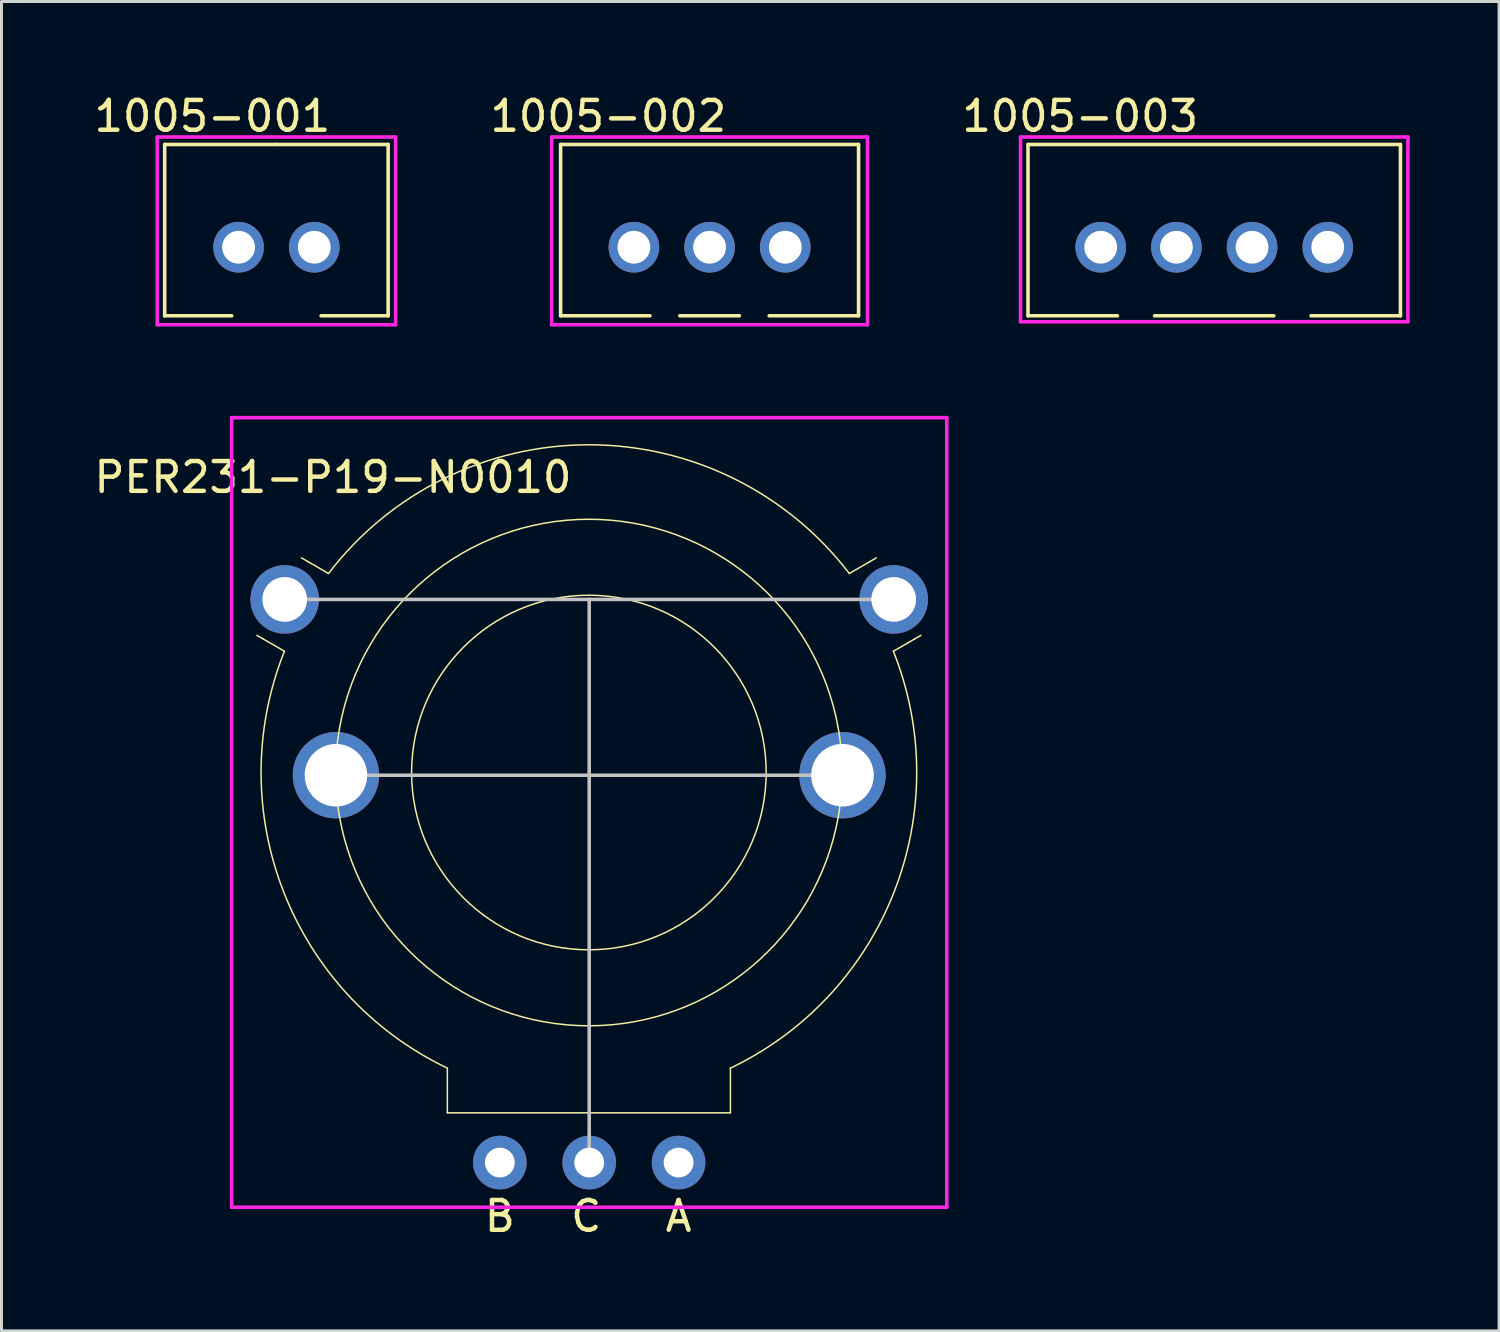
<source format=kicad_pcb>
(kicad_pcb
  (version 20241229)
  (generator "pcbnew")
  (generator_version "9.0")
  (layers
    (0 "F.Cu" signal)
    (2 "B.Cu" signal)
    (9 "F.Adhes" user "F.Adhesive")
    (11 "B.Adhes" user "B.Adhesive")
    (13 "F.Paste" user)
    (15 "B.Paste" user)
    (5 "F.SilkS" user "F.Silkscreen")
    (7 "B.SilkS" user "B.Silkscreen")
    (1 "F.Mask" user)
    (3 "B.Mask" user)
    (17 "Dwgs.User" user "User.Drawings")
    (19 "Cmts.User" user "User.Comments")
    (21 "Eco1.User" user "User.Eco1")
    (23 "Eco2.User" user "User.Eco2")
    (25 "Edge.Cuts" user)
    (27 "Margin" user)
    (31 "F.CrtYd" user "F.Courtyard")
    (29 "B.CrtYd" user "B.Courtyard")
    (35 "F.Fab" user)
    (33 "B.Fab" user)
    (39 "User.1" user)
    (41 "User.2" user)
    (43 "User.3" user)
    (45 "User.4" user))
  (footprint "1005-003"
    (layer "F.Cu")
    (at 37.702 5.248)
    (property "Reference" "1005-003" (at -4.5 -4.4 0) (layer "F.SilkS") (effects (font (size 1 1) (thickness 0.15))))
    (attr through_hole)
    (fp_line (start -6.25 -3.45) (end 6.25 -3.45) (stroke (width 0.12) (type solid)) (layer "F.SilkS"))
    (fp_line (start -6.25 2.3) (end -6.25 -3.45) (stroke (width 0.12) (type solid)) (layer "F.SilkS"))
    (fp_line (start -6.25 2.3) (end -3.25 2.3) (stroke (width 0.12) (type solid)) (layer "F.SilkS"))
    (fp_line (start -2 2.3) (end 2 2.3) (stroke (width 0.12) (type solid)) (layer "F.SilkS"))
    (fp_line (start 6.25 -3.45) (end 6.25 2.3) (stroke (width 0.12) (type solid)) (layer "F.SilkS"))
    (fp_line (start 6.25 2.3) (end 3.25 2.3) (stroke (width 0.12) (type solid)) (layer "F.SilkS"))
    (fp_line (start -6.5 -3.7) (end -6.5 2.5) (stroke (width 0.12) (type solid)) (layer "F.CrtYd"))
    (fp_line (start -6.5 2.5) (end 6.5 2.5) (stroke (width 0.12) (type solid)) (layer "F.CrtYd"))
    (fp_line (start 6.5 -3.7) (end -6.5 -3.7) (stroke (width 0.12) (type solid)) (layer "F.CrtYd"))
    (fp_line (start 6.5 2.5) (end 6.5 -3.7) (stroke (width 0.12) (type solid)) (layer "F.CrtYd"))
    (pad "1" thru_hole circle (at -3.81 0) (size 1.7 1.7) (drill 1.1) (layers "*.Cu" "*.Mask"))
    (pad "2" thru_hole circle (at -1.27 0 90) (size 1.7 1.7) (drill 1.1) (layers "*.Cu" "*.Mask"))
    (pad "3" thru_hole circle (at 1.27 0) (size 1.7 1.7) (drill 1.1) (layers "*.Cu" "*.Mask"))
    (pad "4" thru_hole circle (at 3.81 0) (size 1.7 1.7) (drill 1.1) (layers "*.Cu" "*.Mask")))
  (footprint "1005-002"
    (layer "F.Cu")
    (at 20.765 5.248)
    (property "Reference" "1005-002" (at -3.4 -4.4 0) (layer "F.SilkS") (effects (font (size 1 1) (thickness 0.15))))
    (attr through_hole)
    (fp_line (start -5 -3.45) (end -5 2.3) (stroke (width 0.12) (type solid)) (layer "F.SilkS"))
    (fp_line (start -5 2.3) (end -2 2.3) (stroke (width 0.12) (type solid)) (layer "F.SilkS"))
    (fp_line (start 1 2.3) (end -1 2.3) (stroke (width 0.12) (type solid)) (layer "F.SilkS"))
    (fp_line (start 5 -3.45) (end -5 -3.45) (stroke (width 0.12) (type solid)) (layer "F.SilkS"))
    (fp_line (start 5 2.3) (end 2 2.3) (stroke (width 0.12) (type solid)) (layer "F.SilkS"))
    (fp_line (start 5 2.3) (end 5 -3.45) (stroke (width 0.12) (type solid)) (layer "F.SilkS"))
    (fp_line (start -5.3 -3.7) (end -5.3 2.6) (stroke (width 0.12) (type solid)) (layer "F.CrtYd"))
    (fp_line (start -5.3 2.6) (end 5.3 2.6) (stroke (width 0.12) (type solid)) (layer "F.CrtYd"))
    (fp_line (start 5.3 -3.7) (end -5.3 -3.7) (stroke (width 0.12) (type solid)) (layer "F.CrtYd"))
    (fp_line (start 5.3 2.6) (end 5.3 -3.7) (stroke (width 0.12) (type solid)) (layer "F.CrtYd"))
    (pad "1" thru_hole circle (at -2.54 0 90) (size 1.7 1.7) (drill 1.1) (layers "*.Cu" "*.Mask"))
    (pad "2" thru_hole circle (at 0 0) (size 1.7 1.7) (drill 1.1) (layers "*.Cu" "*.Mask"))
    (pad "3" thru_hole circle (at 2.54 0) (size 1.7 1.7) (drill 1.1) (layers "*.Cu" "*.Mask")))
  (footprint "1005-001"
    (layer "F.Cu")
    (at 6.227 5.248)
    (property "Reference" "1005-001" (at -2.15 -4.4 0) (layer "F.SilkS") (effects (font (size 1 1) (thickness 0.15))))
    (attr through_hole)
    (fp_line (start -3.75 -3.45) (end 0 -3.45) (stroke (width 0.12) (type solid)) (layer "F.SilkS"))
    (fp_line (start -3.75 2.3) (end -3.75 -3.45) (stroke (width 0.12) (type solid)) (layer "F.SilkS"))
    (fp_line (start -1.5 2.3) (end -3.75 2.3) (stroke (width 0.12) (type solid)) (layer "F.SilkS"))
    (fp_line (start 0 -3.45) (end 3.75 -3.45) (stroke (width 0.12) (type solid)) (layer "F.SilkS"))
    (fp_line (start 1.5 2.3) (end 3.75 2.3) (stroke (width 0.12) (type solid)) (layer "F.SilkS"))
    (fp_line (start 3.75 -3.45) (end 3.75 2.3) (stroke (width 0.12) (type solid)) (layer "F.SilkS"))
    (fp_line (start -4 -3.7) (end -4 2.6) (stroke (width 0.12) (type solid)) (layer "F.CrtYd"))
    (fp_line (start -4 2.6) (end 4 2.6) (stroke (width 0.12) (type solid)) (layer "F.CrtYd"))
    (fp_line (start 4 -3.7) (end -4 -3.7) (stroke (width 0.12) (type solid)) (layer "F.CrtYd"))
    (fp_line (start 4 2.6) (end 4 -3.7) (stroke (width 0.12) (type solid)) (layer "F.CrtYd"))
    (pad "1" thru_hole circle (at -1.27 0) (size 1.7 1.7) (drill 1.1) (layers "*.Cu" "*.Mask"))
    (pad "2" thru_hole circle (at 1.27 0) (size 1.7 1.7) (drill 1.1) (layers "*.Cu" "*.Mask")))
  (footprint "PER231-P19-N0010"
    (layer "F.Cu")
    (at 16.725 35.968)
    (property "Reference" "PER231-P19-N0010" (at -8.6 -23 0) (layer "F.SilkS") (effects (font (size 1 1) (thickness 0.15))))
    (attr through_hole)
    (fp_line (start -10.937 -17.57) (end -11.154 -17.695) (stroke (width 0.05) (type solid)) (layer "F.SilkS"))
    (fp_line (start -10.23 -17.161) (end -10.937 -17.57) (stroke (width 0.05) (type solid)) (layer "F.SilkS"))
    (fp_line (start -9.654 -20.293) (end -9.437 -20.168) (stroke (width 0.05) (type solid)) (layer "F.SilkS"))
    (fp_line (start -9.437 -20.168) (end -8.75 -19.771) (stroke (width 0.05) (type solid)) (layer "F.SilkS"))
    (fp_line (start -4.761 -1.669) (end -4.761 -3.169) (stroke (width 0.05) (type solid)) (layer "F.SilkS"))
    (fp_line (start 4.739 -3.169) (end 4.739 -1.669) (stroke (width 0.05) (type solid)) (layer "F.SilkS"))
    (fp_line (start 4.739 -1.669) (end -4.761 -1.669) (stroke (width 0.05) (type solid)) (layer "F.SilkS"))
    (fp_line (start 8.728 -19.771) (end 9.416 -20.168) (stroke (width 0.05) (type solid)) (layer "F.SilkS"))
    (fp_line (start 9.416 -20.168) (end 9.633 -20.293) (stroke (width 0.05) (type solid)) (layer "F.SilkS"))
    (fp_line (start 10.208 -17.161) (end 10.916 -17.57) (stroke (width 0.05) (type solid)) (layer "F.SilkS"))
    (fp_line (start 11.133 -17.695) (end 10.916 -17.57) (stroke (width 0.05) (type solid)) (layer "F.SilkS"))
    (fp_arc (start -8.749726 -19.771017) (mid -0.010656 -24.090549) (end 8.728414 -19.771017) (stroke (width 0.05) (type solid)) (layer "F.SilkS"))
    (fp_arc (start -8.495938 -13.590549) (mid -8.45142 -14.092308) (end -8.377257 -14.590549) (stroke (width 0.05) (type solid)) (layer "F.SilkS"))
    (fp_arc (start -8.495938 -12.590549) (mid -8.510657 -13.090549) (end -8.495938 -13.590549) (stroke (width 0.05) (type solid)) (layer "F.SilkS"))
    (fp_arc (start -8.377257 -11.590549) (mid -8.45142 -12.08879) (end -8.495938 -12.590549) (stroke (width 0.05) (type solid)) (layer "F.SilkS"))
    (fp_arc (start -8.377256 -14.590549) (mid -0.010656 -21.590549) (end 8.355944 -14.590549) (stroke (width 0.05) (type solid)) (layer "F.SilkS"))
    (fp_arc (start -4.760656 -3.168981) (mid -10.255881 -9.08613) (end -10.22968 -17.161367) (stroke (width 0.05) (type solid)) (layer "F.SilkS"))
    (fp_arc (start 8.355944 -14.590549) (mid 8.430107 -14.092308) (end 8.474625 -13.590549) (stroke (width 0.05) (type solid)) (layer "F.SilkS"))
    (fp_arc (start 8.355945 -11.590549) (mid -0.010656 -4.590548) (end -8.377257 -11.590549) (stroke (width 0.05) (type solid)) (layer "F.SilkS"))
    (fp_arc (start 8.474625 -13.590549) (mid 8.489344 -13.090549) (end 8.474625 -12.590549) (stroke (width 0.05) (type solid)) (layer "F.SilkS"))
    (fp_arc (start 8.474625 -12.590549) (mid 8.430107 -12.08879) (end 8.355944 -11.590549) (stroke (width 0.05) (type solid)) (layer "F.SilkS"))
    (fp_arc (start 10.208368 -17.161367) (mid 10.234569 -9.08613) (end 4.739344 -3.168981) (stroke (width 0.05) (type solid)) (layer "F.SilkS"))
    (fp_circle (center -0.011 -13.091) (end 5.939 -13.091) (stroke (width 0.05) (type solid)) (fill no) (layer "F.SilkS"))
    (fp_line (start 0 -18.9) (end -10.22 -18.9) (stroke (width 0.12) (type solid)) (layer "Dwgs.User"))
    (fp_line (start 0 -18.9) (end 10.22 -18.9) (stroke (width 0.12) (type solid)) (layer "Dwgs.User"))
    (fp_line (start 0 -13) (end -8.5 -13) (stroke (width 0.12) (type solid)) (layer "Dwgs.User"))
    (fp_line (start 0 -13) (end 0 -18.9) (stroke (width 0.12) (type solid)) (layer "Dwgs.User"))
    (fp_line (start 0 -13) (end 8.5 -13) (stroke (width 0.12) (type solid)) (layer "Dwgs.User"))
    (fp_line (start 0 0) (end 0 -13) (stroke (width 0.12) (type solid)) (layer "Dwgs.User"))
    (fp_line (start -12 -25) (end -12 1.5) (stroke (width 0.12) (type solid)) (layer "F.CrtYd"))
    (fp_line (start -12 -25) (end 12 -25) (stroke (width 0.12) (type solid)) (layer "F.CrtYd"))
    (fp_line (start -12 1.5) (end 0 1.5) (stroke (width 0.12) (type solid)) (layer "F.CrtYd"))
    (fp_line (start 0 1.5) (end 12 1.5) (stroke (width 0.12) (type solid)) (layer "F.CrtYd"))
    (fp_line (start 12 1.5) (end 12 -25) (stroke (width 0.12) (type solid)) (layer "F.CrtYd"))
    (fp_text user "A" (at 3 1.8 0) (layer "F.SilkS") (effects (font (size 1 1) (thickness 0.15))))
    (fp_text user "C" (at -0.1 1.8 0) (layer "F.SilkS") (effects (font (size 1 1) (thickness 0.15))))
    (fp_text user "B" (at -3 1.8 0) (layer "F.SilkS") (effects (font (size 1 1) (thickness 0.15))))
    (pad "1" thru_hole circle (at 3 0) (size 1.8 1.8) (drill 1) (layers "*.Cu" "*.Mask"))
    (pad "2" thru_hole circle (at -3 0) (size 1.8 1.8) (drill 1) (layers "*.Cu" "*.Mask"))
    (pad "3" thru_hole circle (at 0 0) (size 1.8 1.8) (drill 1) (layers "*.Cu" "*.Mask"))
    (pad "4" thru_hole circle (at 10.22 -18.9) (size 2.3 2.3) (drill 1.5) (layers "*.Cu" "*.Mask"))
    (pad "5" thru_hole circle (at 8.5 -13) (size 2.9 2.9) (drill 2.1) (layers "*.Cu" "*.Mask"))
    (pad "6" thru_hole circle (at -8.5 -13) (size 2.9 2.9) (drill 2.1) (layers "*.Cu" "*.Mask"))
    (pad "7" thru_hole circle (at -10.22 -18.9) (size 2.3 2.3) (drill 1.5) (layers "*.Cu" "*.Mask")))
  (gr_rect
    (start -3 -3)
    (end 47.262 41.617)
    (stroke (width 0.1) (type default))
    (fill no)
    (layer "Edge.Cuts")))
</source>
